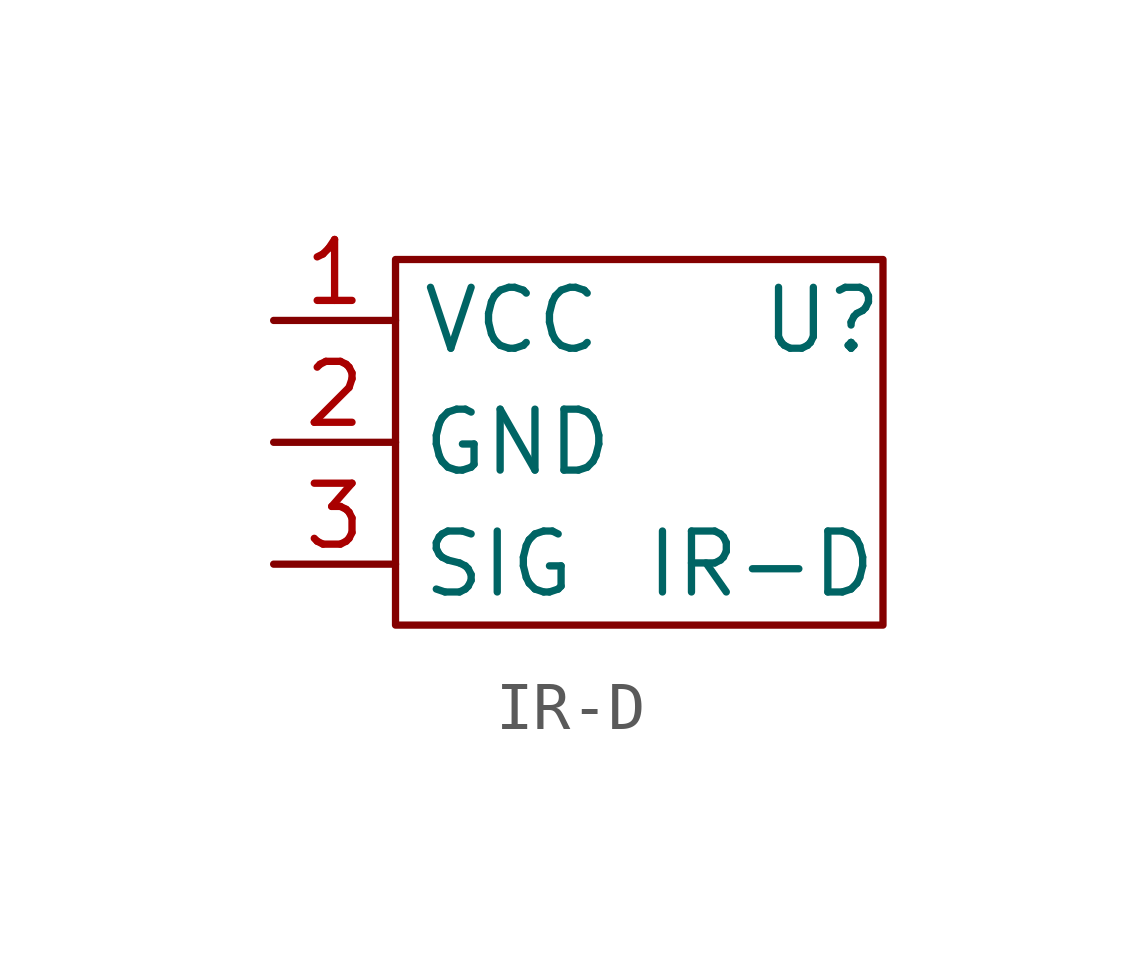
<source format=kicad_sym>
(kicad_symbol_lib
  (version 20211014)
  (generator kicad_symbol_editor)
  (symbol "IR-D"
    (property "Reference" "U"
      (at 5.08 2.54 0)
      (effects (font (size 1.27 1.27))))
    (property "Value" "IR-D"
      (at 3.81 -2.54 0)
      (effects (font (size 1.27 1.27))))
    (symbol "IR-D_0_1"
      (rectangle (start -3.81 3.81) (end 6.35 -3.81) (stroke (width 0.152) (type default) (color 0 0 0 0)) (fill (type none))))
    (symbol "IR-D_1_1"
      (pin passive line (at -6.35 2.54 0) (length 2.54) (name "VCC" (effects (font (size 1.27 1.27)))) (number "1" (effects (font (size 1.27 1.27)))))
      (pin passive line (at -6.35 0 0) (length 2.54) (name "GND" (effects (font (size 1.27 1.27)))) (number "2" (effects (font (size 1.27 1.27)))))
      (pin passive line (at -6.35 -2.54 0) (length 2.54) (name "SIG" (effects (font (size 1.27 1.27)))) (number "3" (effects (font (size 1.27 1.27))))))))
</source>
